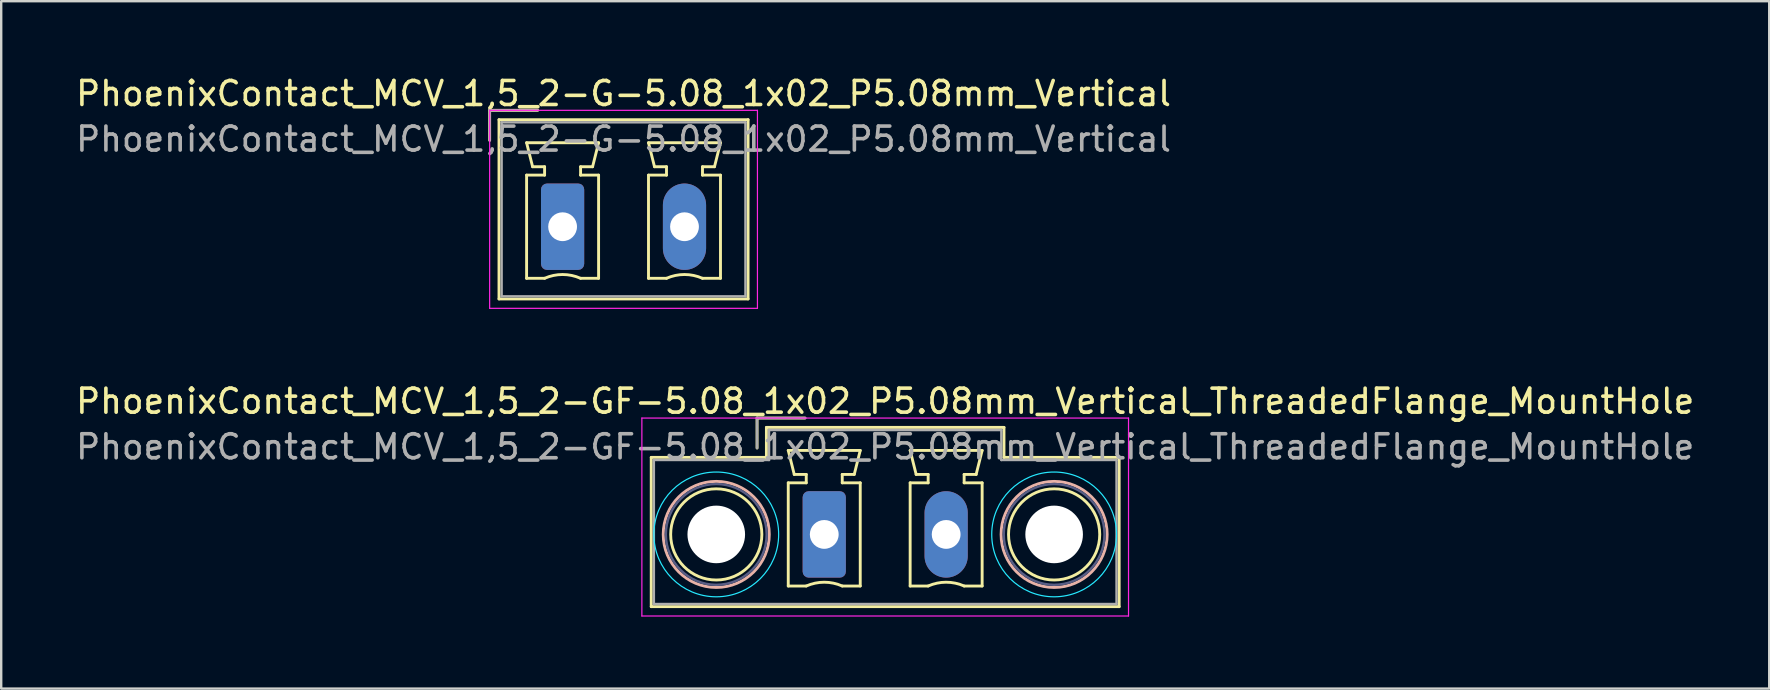
<source format=kicad_pcb>
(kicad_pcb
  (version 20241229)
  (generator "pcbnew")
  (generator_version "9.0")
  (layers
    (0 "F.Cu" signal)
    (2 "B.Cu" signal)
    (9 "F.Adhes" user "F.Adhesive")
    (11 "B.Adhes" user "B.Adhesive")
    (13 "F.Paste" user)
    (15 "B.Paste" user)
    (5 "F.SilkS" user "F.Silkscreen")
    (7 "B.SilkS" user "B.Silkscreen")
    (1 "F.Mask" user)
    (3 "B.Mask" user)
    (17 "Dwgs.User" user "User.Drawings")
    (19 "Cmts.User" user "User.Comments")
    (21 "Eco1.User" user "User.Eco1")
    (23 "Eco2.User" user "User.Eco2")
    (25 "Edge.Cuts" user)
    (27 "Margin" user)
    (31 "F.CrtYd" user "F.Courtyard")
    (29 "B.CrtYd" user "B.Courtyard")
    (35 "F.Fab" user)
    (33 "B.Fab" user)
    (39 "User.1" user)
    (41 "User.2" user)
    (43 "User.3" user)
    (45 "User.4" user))
  (footprint "PhoenixContact_MCV_1,5_2-GF-5.08_1x02_P5.08mm_Vertical_ThreadedFlange_MountHole"
    (layer "F.Cu")
    (at 31.299 19.221)
    (property "Reference" "PhoenixContact_MCV_1,5_2-GF-5.08_1x02_P5.08mm_Vertical_ThreadedFlange_MountHole" (at 2.54 -5.55 0) (layer "F.SilkS") (effects (font (size 1 1) (thickness 0.15))))
    (attr through_hole)
    (fp_line (start -7.21 -3.21) (end -7.21 3.01) (stroke (width 0.12) (type solid)) (layer "F.SilkS"))
    (fp_line (start -7.21 3.01) (end 12.29 3.01) (stroke (width 0.12) (type solid)) (layer "F.SilkS"))
    (fp_line (start -2.8 -4.85) (end -0.8 -4.85) (stroke (width 0.12) (type solid)) (layer "F.SilkS"))
    (fp_line (start -2.8 -3.6) (end -2.8 -4.85) (stroke (width 0.12) (type solid)) (layer "F.SilkS"))
    (fp_line (start -2.41 -4.46) (end -2.41 -3.21) (stroke (width 0.12) (type solid)) (layer "F.SilkS"))
    (fp_line (start -2.41 -3.21) (end -7.21 -3.21) (stroke (width 0.12) (type solid)) (layer "F.SilkS"))
    (fp_line (start -1.5 -3.5) (end 1.5 -3.5) (stroke (width 0.12) (type solid)) (layer "F.SilkS"))
    (fp_line (start -1.5 -2.15) (end -0.75 -2.15) (stroke (width 0.12) (type solid)) (layer "F.SilkS"))
    (fp_line (start -1.5 2.15) (end -1.5 -2.15) (stroke (width 0.12) (type solid)) (layer "F.SilkS"))
    (fp_line (start -1.25 -2.5) (end -1.5 -3.5) (stroke (width 0.12) (type solid)) (layer "F.SilkS"))
    (fp_line (start -0.75 -2.5) (end -1.25 -2.5) (stroke (width 0.12) (type solid)) (layer "F.SilkS"))
    (fp_line (start -0.75 -2.15) (end -0.75 -2.5) (stroke (width 0.12) (type solid)) (layer "F.SilkS"))
    (fp_line (start -0.75 2.15) (end -1.5 2.15) (stroke (width 0.12) (type solid)) (layer "F.SilkS"))
    (fp_line (start 0.75 -2.5) (end 0.75 -2.15) (stroke (width 0.12) (type solid)) (layer "F.SilkS"))
    (fp_line (start 0.75 -2.15) (end 1.5 -2.15) (stroke (width 0.12) (type solid)) (layer "F.SilkS"))
    (fp_line (start 1.25 -2.5) (end 0.75 -2.5) (stroke (width 0.12) (type solid)) (layer "F.SilkS"))
    (fp_line (start 1.5 -3.5) (end 1.25 -2.5) (stroke (width 0.12) (type solid)) (layer "F.SilkS"))
    (fp_line (start 1.5 -2.15) (end 1.5 2.15) (stroke (width 0.12) (type solid)) (layer "F.SilkS"))
    (fp_line (start 1.5 2.15) (end 0.75 2.15) (stroke (width 0.12) (type solid)) (layer "F.SilkS"))
    (fp_line (start 3.58 -3.5) (end 6.58 -3.5) (stroke (width 0.12) (type solid)) (layer "F.SilkS"))
    (fp_line (start 3.58 -2.15) (end 4.33 -2.15) (stroke (width 0.12) (type solid)) (layer "F.SilkS"))
    (fp_line (start 3.58 2.15) (end 3.58 -2.15) (stroke (width 0.12) (type solid)) (layer "F.SilkS"))
    (fp_line (start 3.83 -2.5) (end 3.58 -3.5) (stroke (width 0.12) (type solid)) (layer "F.SilkS"))
    (fp_line (start 4.33 -2.5) (end 3.83 -2.5) (stroke (width 0.12) (type solid)) (layer "F.SilkS"))
    (fp_line (start 4.33 -2.15) (end 4.33 -2.5) (stroke (width 0.12) (type solid)) (layer "F.SilkS"))
    (fp_line (start 4.33 2.15) (end 3.58 2.15) (stroke (width 0.12) (type solid)) (layer "F.SilkS"))
    (fp_line (start 5.83 -2.5) (end 5.83 -2.15) (stroke (width 0.12) (type solid)) (layer "F.SilkS"))
    (fp_line (start 5.83 -2.15) (end 6.58 -2.15) (stroke (width 0.12) (type solid)) (layer "F.SilkS"))
    (fp_line (start 6.33 -2.5) (end 5.83 -2.5) (stroke (width 0.12) (type solid)) (layer "F.SilkS"))
    (fp_line (start 6.58 -3.5) (end 6.33 -2.5) (stroke (width 0.12) (type solid)) (layer "F.SilkS"))
    (fp_line (start 6.58 -2.15) (end 6.58 2.15) (stroke (width 0.12) (type solid)) (layer "F.SilkS"))
    (fp_line (start 6.58 2.15) (end 5.83 2.15) (stroke (width 0.12) (type solid)) (layer "F.SilkS"))
    (fp_line (start 7.49 -4.46) (end -2.41 -4.46) (stroke (width 0.12) (type solid)) (layer "F.SilkS"))
    (fp_line (start 7.49 -3.21) (end 7.49 -4.46) (stroke (width 0.12) (type solid)) (layer "F.SilkS"))
    (fp_line (start 12.29 -3.21) (end 7.49 -3.21) (stroke (width 0.12) (type solid)) (layer "F.SilkS"))
    (fp_line (start 12.29 3.01) (end 12.29 -3.21) (stroke (width 0.12) (type solid)) (layer "F.SilkS"))
    (fp_arc (start -0.75 2.15) (mid -0.000193 1.99191) (end 0.749647 2.149844) (stroke (width 0.12) (type solid)) (layer "F.SilkS"))
    (fp_arc (start 4.33 2.15) (mid 5.079807 1.99191) (end 5.829647 2.149844) (stroke (width 0.12) (type solid)) (layer "F.SilkS"))
    (fp_circle (center -4.5 0) (end -2.6 0) (stroke (width 0.12) (type solid)) (fill no) (layer "F.SilkS"))
    (fp_circle (center 9.58 0) (end 11.48 0) (stroke (width 0.12) (type solid)) (fill no) (layer "F.SilkS"))
    (fp_circle (center -4.5 0) (end -2.29 0) (stroke (width 0.12) (type solid)) (fill no) (layer "B.SilkS"))
    (fp_circle (center 9.58 0) (end 11.79 0) (stroke (width 0.12) (type solid)) (fill no) (layer "B.SilkS"))
    (fp_circle (center -4.5 0) (end -1.9 0) (stroke (width 0.05) (type solid)) (fill no) (layer "B.CrtYd"))
    (fp_circle (center 9.58 0) (end 12.18 0) (stroke (width 0.05) (type solid)) (fill no) (layer "B.CrtYd"))
    (fp_line (start -7.6 -4.85) (end -7.6 3.4) (stroke (width 0.05) (type solid)) (layer "F.CrtYd"))
    (fp_line (start -7.6 3.4) (end 12.68 3.4) (stroke (width 0.05) (type solid)) (layer "F.CrtYd"))
    (fp_line (start 12.68 -4.85) (end -7.6 -4.85) (stroke (width 0.05) (type solid)) (layer "F.CrtYd"))
    (fp_line (start 12.68 3.4) (end 12.68 -4.85) (stroke (width 0.05) (type solid)) (layer "F.CrtYd"))
    (fp_circle (center -4.5 0) (end -2.4 0) (stroke (width 0.1) (type solid)) (fill no) (layer "B.Fab"))
    (fp_circle (center 9.58 0) (end 11.68 0) (stroke (width 0.1) (type solid)) (fill no) (layer "B.Fab"))
    (fp_line (start -7.1 -3.1) (end -7.1 2.9) (stroke (width 0.1) (type solid)) (layer "F.Fab"))
    (fp_line (start -7.1 2.9) (end 12.18 2.9) (stroke (width 0.1) (type solid)) (layer "F.Fab"))
    (fp_line (start -2.8 -4.85) (end -0.8 -4.85) (stroke (width 0.1) (type solid)) (layer "F.Fab"))
    (fp_line (start -2.8 -3.6) (end -2.8 -4.85) (stroke (width 0.1) (type solid)) (layer "F.Fab"))
    (fp_line (start -2.3 -4.35) (end -2.3 -3.1) (stroke (width 0.1) (type solid)) (layer "F.Fab"))
    (fp_line (start -2.3 -3.1) (end -7.1 -3.1) (stroke (width 0.1) (type solid)) (layer "F.Fab"))
    (fp_line (start 7.38 -4.35) (end -2.3 -4.35) (stroke (width 0.1) (type solid)) (layer "F.Fab"))
    (fp_line (start 7.38 -3.1) (end 7.38 -4.35) (stroke (width 0.1) (type solid)) (layer "F.Fab"))
    (fp_line (start 12.18 -3.1) (end 7.38 -3.1) (stroke (width 0.1) (type solid)) (layer "F.Fab"))
    (fp_line (start 12.18 2.9) (end 12.18 -3.1) (stroke (width 0.1) (type solid)) (layer "F.Fab"))
    (fp_text user "${REFERENCE}" (at 2.54 -3.65 0) (layer "F.Fab") (effects (font (size 1 1) (thickness 0.15))))
    (pad "" np_thru_hole circle (at -4.5 0) (size 2.4 2.4) (drill 2.4) (layers "*.Cu" "*.Mask"))
    (pad "" np_thru_hole circle (at 9.58 0) (size 2.4 2.4) (drill 2.4) (layers "*.Cu" "*.Mask"))
    (pad "1" thru_hole roundrect (at 0 0) (size 1.8 3.6) (drill 1.2) (layers "*.Cu" "*.Mask") (roundrect_rratio 0.139))
    (pad "2" thru_hole oval (at 5.08 0) (size 1.8 3.6) (drill 1.2) (layers "*.Cu" "*.Mask")))
  (footprint "PhoenixContact_MCV_1,5_2-G-5.08_1x02_P5.08mm_Vertical"
    (layer "F.Cu")
    (at 20.395 6.398)
    (property "Reference" "PhoenixContact_MCV_1,5_2-G-5.08_1x02_P5.08mm_Vertical" (at 2.54 -5.55 0) (layer "F.SilkS") (effects (font (size 1 1) (thickness 0.15))))
    (attr through_hole)
    (fp_line (start -3.04 -4.85) (end -1.04 -4.85) (stroke (width 0.12) (type solid)) (layer "F.SilkS"))
    (fp_line (start -3.04 -3.6) (end -3.04 -4.85) (stroke (width 0.12) (type solid)) (layer "F.SilkS"))
    (fp_line (start -2.65 -4.46) (end -2.65 3.01) (stroke (width 0.12) (type solid)) (layer "F.SilkS"))
    (fp_line (start -2.65 3.01) (end 7.73 3.01) (stroke (width 0.12) (type solid)) (layer "F.SilkS"))
    (fp_line (start -1.5 -3.5) (end 1.5 -3.5) (stroke (width 0.12) (type solid)) (layer "F.SilkS"))
    (fp_line (start -1.5 -2.15) (end -0.75 -2.15) (stroke (width 0.12) (type solid)) (layer "F.SilkS"))
    (fp_line (start -1.5 2.15) (end -1.5 -2.15) (stroke (width 0.12) (type solid)) (layer "F.SilkS"))
    (fp_line (start -1.25 -2.5) (end -1.5 -3.5) (stroke (width 0.12) (type solid)) (layer "F.SilkS"))
    (fp_line (start -0.75 -2.5) (end -1.25 -2.5) (stroke (width 0.12) (type solid)) (layer "F.SilkS"))
    (fp_line (start -0.75 -2.15) (end -0.75 -2.5) (stroke (width 0.12) (type solid)) (layer "F.SilkS"))
    (fp_line (start -0.75 2.15) (end -1.5 2.15) (stroke (width 0.12) (type solid)) (layer "F.SilkS"))
    (fp_line (start 0.75 -2.5) (end 0.75 -2.15) (stroke (width 0.12) (type solid)) (layer "F.SilkS"))
    (fp_line (start 0.75 -2.15) (end 1.5 -2.15) (stroke (width 0.12) (type solid)) (layer "F.SilkS"))
    (fp_line (start 1.25 -2.5) (end 0.75 -2.5) (stroke (width 0.12) (type solid)) (layer "F.SilkS"))
    (fp_line (start 1.5 -3.5) (end 1.25 -2.5) (stroke (width 0.12) (type solid)) (layer "F.SilkS"))
    (fp_line (start 1.5 -2.15) (end 1.5 2.15) (stroke (width 0.12) (type solid)) (layer "F.SilkS"))
    (fp_line (start 1.5 2.15) (end 0.75 2.15) (stroke (width 0.12) (type solid)) (layer "F.SilkS"))
    (fp_line (start 3.58 -3.5) (end 6.58 -3.5) (stroke (width 0.12) (type solid)) (layer "F.SilkS"))
    (fp_line (start 3.58 -2.15) (end 4.33 -2.15) (stroke (width 0.12) (type solid)) (layer "F.SilkS"))
    (fp_line (start 3.58 2.15) (end 3.58 -2.15) (stroke (width 0.12) (type solid)) (layer "F.SilkS"))
    (fp_line (start 3.83 -2.5) (end 3.58 -3.5) (stroke (width 0.12) (type solid)) (layer "F.SilkS"))
    (fp_line (start 4.33 -2.5) (end 3.83 -2.5) (stroke (width 0.12) (type solid)) (layer "F.SilkS"))
    (fp_line (start 4.33 -2.15) (end 4.33 -2.5) (stroke (width 0.12) (type solid)) (layer "F.SilkS"))
    (fp_line (start 4.33 2.15) (end 3.58 2.15) (stroke (width 0.12) (type solid)) (layer "F.SilkS"))
    (fp_line (start 5.83 -2.5) (end 5.83 -2.15) (stroke (width 0.12) (type solid)) (layer "F.SilkS"))
    (fp_line (start 5.83 -2.15) (end 6.58 -2.15) (stroke (width 0.12) (type solid)) (layer "F.SilkS"))
    (fp_line (start 6.33 -2.5) (end 5.83 -2.5) (stroke (width 0.12) (type solid)) (layer "F.SilkS"))
    (fp_line (start 6.58 -3.5) (end 6.33 -2.5) (stroke (width 0.12) (type solid)) (layer "F.SilkS"))
    (fp_line (start 6.58 -2.15) (end 6.58 2.15) (stroke (width 0.12) (type solid)) (layer "F.SilkS"))
    (fp_line (start 6.58 2.15) (end 5.83 2.15) (stroke (width 0.12) (type solid)) (layer "F.SilkS"))
    (fp_line (start 7.73 -4.46) (end -2.65 -4.46) (stroke (width 0.12) (type solid)) (layer "F.SilkS"))
    (fp_line (start 7.73 3.01) (end 7.73 -4.46) (stroke (width 0.12) (type solid)) (layer "F.SilkS"))
    (fp_arc (start -0.75 2.15) (mid -0.000193 1.99191) (end 0.749647 2.149844) (stroke (width 0.12) (type solid)) (layer "F.SilkS"))
    (fp_arc (start 4.33 2.15) (mid 5.079807 1.99191) (end 5.829647 2.149844) (stroke (width 0.12) (type solid)) (layer "F.SilkS"))
    (fp_line (start -3.04 -4.85) (end -3.04 3.4) (stroke (width 0.05) (type solid)) (layer "F.CrtYd"))
    (fp_line (start -3.04 3.4) (end 8.12 3.4) (stroke (width 0.05) (type solid)) (layer "F.CrtYd"))
    (fp_line (start 8.12 -4.85) (end -3.04 -4.85) (stroke (width 0.05) (type solid)) (layer "F.CrtYd"))
    (fp_line (start 8.12 3.4) (end 8.12 -4.85) (stroke (width 0.05) (type solid)) (layer "F.CrtYd"))
    (fp_line (start -3.04 -4.85) (end -1.04 -4.85) (stroke (width 0.1) (type solid)) (layer "F.Fab"))
    (fp_line (start -3.04 -3.6) (end -3.04 -4.85) (stroke (width 0.1) (type solid)) (layer "F.Fab"))
    (fp_line (start -2.54 -4.35) (end -2.54 2.9) (stroke (width 0.1) (type solid)) (layer "F.Fab"))
    (fp_line (start -2.54 2.9) (end 7.62 2.9) (stroke (width 0.1) (type solid)) (layer "F.Fab"))
    (fp_line (start 7.62 -4.35) (end -2.54 -4.35) (stroke (width 0.1) (type solid)) (layer "F.Fab"))
    (fp_line (start 7.62 2.9) (end 7.62 -4.35) (stroke (width 0.1) (type solid)) (layer "F.Fab"))
    (fp_text user "${REFERENCE}" (at 2.54 -3.65 0) (layer "F.Fab") (effects (font (size 1 1) (thickness 0.15))))
    (pad "1" thru_hole roundrect (at 0 0) (size 1.8 3.6) (drill 1.2) (layers "*.Cu" "*.Mask") (roundrect_rratio 0.139))
    (pad "2" thru_hole oval (at 5.08 0) (size 1.8 3.6) (drill 1.2) (layers "*.Cu" "*.Mask")))
  (gr_rect
    (start -3 -3)
    (end 70.679 25.646)
    (stroke (width 0.1) (type default))
    (fill no)
    (layer "Edge.Cuts")))
</source>
